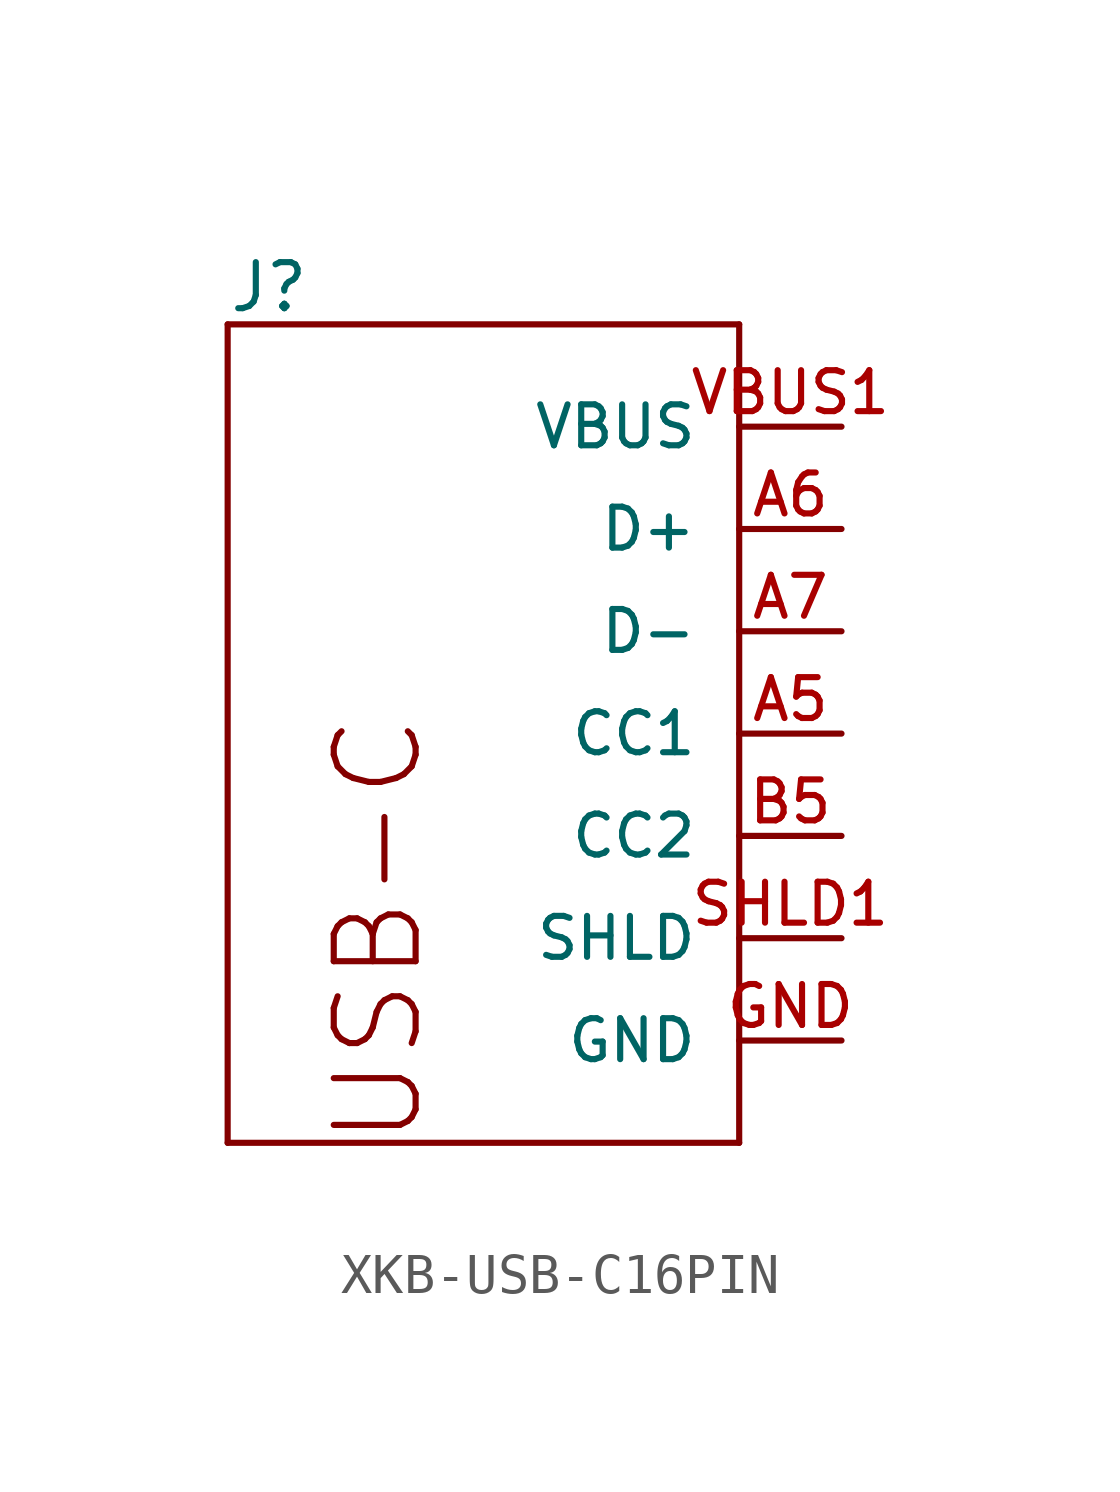
<source format=kicad_sym>
(kicad_symbol_lib
  (version 20231120)
  (generator "kicad_symbol_editor")
  (generator_version "8.0")
  (symbol "XKB-USB-C16PIN"
    (pin_names
      (offset 1.016))
    (property "Reference" "J"
      (at -2.54 10.414 0)
      (effects (font (size 1.143 1.143)) (justify left bottom)))
    (symbol "XKB-USB-C16PIN_1_0"
      (polyline (pts (xy -2.54 -10.16) (xy -2.54 10.16)) (stroke (width 0) (type default)) (fill (type none)))
      (polyline (pts (xy -2.54 -10.16) (xy 10.16 -10.16)) (stroke (width 0) (type default)) (fill (type none)))
      (polyline (pts (xy 10.16 -10.16) (xy 10.16 10.16)) (stroke (width 0) (type default)) (fill (type none)))
      (polyline (pts (xy 10.16 10.16) (xy -2.54 10.16)) (stroke (width 0) (type default)) (fill (type none)))
      (text "USB-C" (at 1.194 -4.877 900) (effects (font (size 2.032 2.032)))))
    (symbol "XKB-USB-C16PIN_1_1"
      (pin bidirectional line (at 12.7 0 180) (length 2.54) (name "CC1" (effects (font (size 1.016 1.016)))) (number "A5" (effects (font (size 1.016 1.016)))))
      (pin bidirectional line (at 12.7 5.08 180) (length 2.54) (name "D+" (effects (font (size 1.016 1.016)))) (number "A6" (effects (font (size 1.016 1.016)))))
      (pin bidirectional line (at 12.7 2.54 180) (length 2.54) (name "D-" (effects (font (size 1.016 1.016)))) (number "A7" (effects (font (size 1.016 1.016)))))
      (pin bidirectional line (at 12.7 -2.54 180) (length 2.54) (name "CC2" (effects (font (size 1.016 1.016)))) (number "B5" (effects (font (size 1.016 1.016)))))
      (pin bidirectional line (at 12.7 5.08 180) (length 2.54) hide (name "D+" (effects (font (size 1.016 1.016)))) (number "B6" (effects (font (size 1.016 1.016)))))
      (pin bidirectional line (at 12.7 2.54 180) (length 2.54) hide (name "D-" (effects (font (size 1.016 1.016)))) (number "B7" (effects (font (size 1.016 1.016)))))
      (pin bidirectional line (at 12.7 -7.62 180) (length 2.54) (name "GND" (effects (font (size 1.016 1.016)))) (number "GND" (effects (font (size 1.016 1.016)))))
      (pin bidirectional line (at 12.7 -7.62 180) (length 2.54) hide (name "GND" (effects (font (size 1.016 1.016)))) (number "GND2" (effects (font (size 1.016 1.016)))))
      (pin bidirectional line (at 12.7 -5.08 180) (length 2.54) (name "SHLD" (effects (font (size 1.016 1.016)))) (number "SHLD1" (effects (font (size 1.016 1.016)))))
      (pin bidirectional line (at 12.7 7.62 180) (length 2.54) (name "VBUS" (effects (font (size 1.016 1.016)))) (number "VBUS1" (effects (font (size 1.016 1.016)))))
      (pin bidirectional line (at 12.7 7.62 180) (length 2.54) hide (name "VBUS" (effects (font (size 1.016 1.016)))) (number "VBUS2" (effects (font (size 1.016 1.016))))))))
</source>
